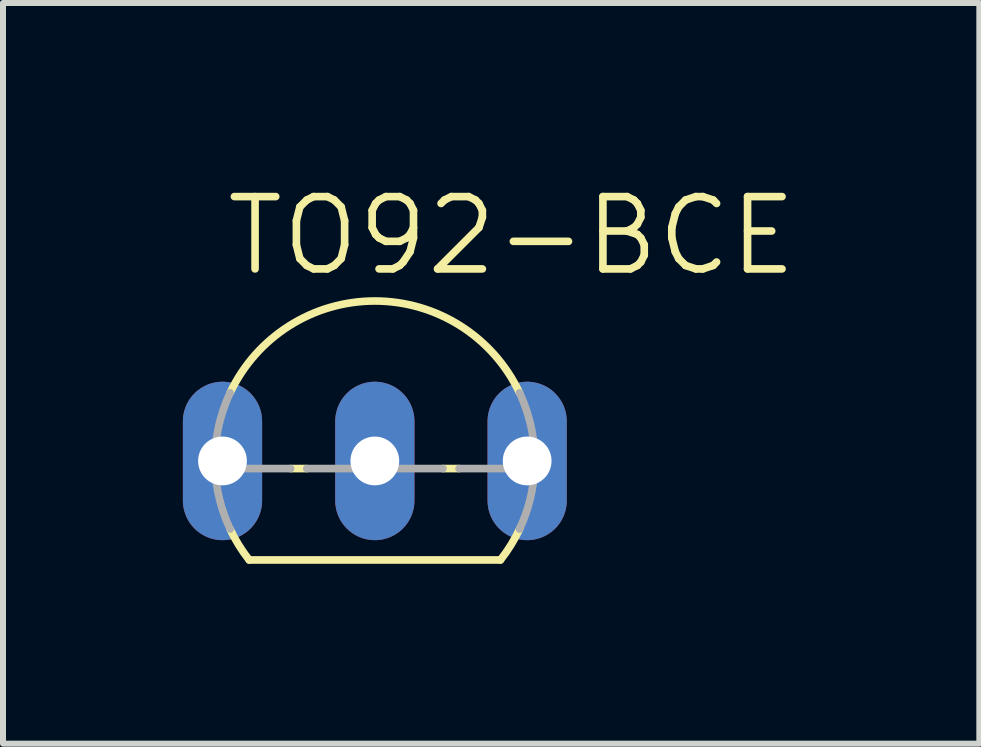
<source format=kicad_pcb>
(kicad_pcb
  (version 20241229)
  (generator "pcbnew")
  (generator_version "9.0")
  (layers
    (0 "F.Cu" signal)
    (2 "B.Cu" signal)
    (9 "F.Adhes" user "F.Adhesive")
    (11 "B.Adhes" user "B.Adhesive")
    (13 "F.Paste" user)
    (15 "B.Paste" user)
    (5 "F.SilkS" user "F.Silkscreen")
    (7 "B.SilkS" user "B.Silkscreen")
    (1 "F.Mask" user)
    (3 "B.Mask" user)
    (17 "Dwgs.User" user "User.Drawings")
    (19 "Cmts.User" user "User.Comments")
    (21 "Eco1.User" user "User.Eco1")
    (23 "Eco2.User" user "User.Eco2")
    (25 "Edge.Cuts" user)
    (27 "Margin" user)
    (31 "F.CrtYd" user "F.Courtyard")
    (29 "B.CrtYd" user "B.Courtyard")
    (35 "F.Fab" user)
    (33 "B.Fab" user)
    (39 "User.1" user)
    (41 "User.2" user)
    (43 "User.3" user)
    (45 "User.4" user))
  (footprint "TO92-BCE"
    (layer "F.Cu")
    (at 3.2 4.636)
    (property "Reference" "TO92-BCE" (at -2.54 -3.048 0) (layer "F.SilkS") (effects (font (size 1.206 1.206) (thickness 0.127)) (justify left bottom)))
    (attr through_hole)
    (fp_line (start -2.095 1.651) (end 2.095 1.651) (stroke (width 0.127) (type solid)) (layer "F.SilkS"))
    (fp_line (start -1.136 0.127) (end -1.404 0.127) (stroke (width 0.127) (type solid)) (layer "F.SilkS"))
    (fp_line (start 1.404 0.127) (end 1.136 0.127) (stroke (width 0.127) (type solid)) (layer "F.SilkS"))
    (fp_arc (start -2.413 -1.1359) (mid 0 -2.66699) (end 2.413 -1.1359) (stroke (width 0.127) (type solid)) (layer "F.SilkS"))
    (fp_arc (start -2.095 1.651) (mid -2.268918 1.40252) (end -2.4135 1.1359) (stroke (width 0.127) (type solid)) (layer "F.SilkS"))
    (fp_arc (start 2.4247 1.1118) (mid 2.275878 1.391201) (end 2.095 1.651) (stroke (width 0.127) (type solid)) (layer "F.SilkS"))
    (fp_line (start -1.404 0.127) (end -2.664 0.127) (stroke (width 0.127) (type solid)) (layer "F.Fab"))
    (fp_line (start 1.136 0.127) (end -1.136 0.127) (stroke (width 0.127) (type solid)) (layer "F.Fab"))
    (fp_line (start 2.664 0.127) (end 1.404 0.127) (stroke (width 0.127) (type solid)) (layer "F.Fab"))
    (fp_arc (start -2.664 0.127) (mid -2.615858 -0.519825) (end -2.413 -1.1359) (stroke (width 0.127) (type solid)) (layer "F.Fab"))
    (fp_arc (start -2.413 1.1359) (mid -2.588137 0.643799) (end -2.664 0.127) (stroke (width 0.127) (type solid)) (layer "F.Fab"))
    (fp_arc (start 2.413 -1.1359) (mid 2.615858 -0.519825) (end 2.664 0.127) (stroke (width 0.127) (type solid)) (layer "F.Fab"))
    (fp_arc (start 2.664 0.127) (mid 2.588137 0.643799) (end 2.413 1.1359) (stroke (width 0.127) (type solid)) (layer "F.Fab"))
    (pad "B" thru_hole oval (at -2.54 0 90) (size 2.642 1.321) (drill 0.813) (layers "*.Cu" "*.Mask"))
    (pad "C" thru_hole oval (at 0 0 90) (size 2.642 1.321) (drill 0.813) (layers "*.Cu" "*.Mask"))
    (pad "E" thru_hole oval (at 2.54 0 90) (size 2.642 1.321) (drill 0.813) (layers "*.Cu" "*.Mask")))
  (gr_rect
    (start -3 -3)
    (end 13.28 9.35)
    (stroke (width 0.1) (type default))
    (fill no)
    (layer "Edge.Cuts")))
</source>
